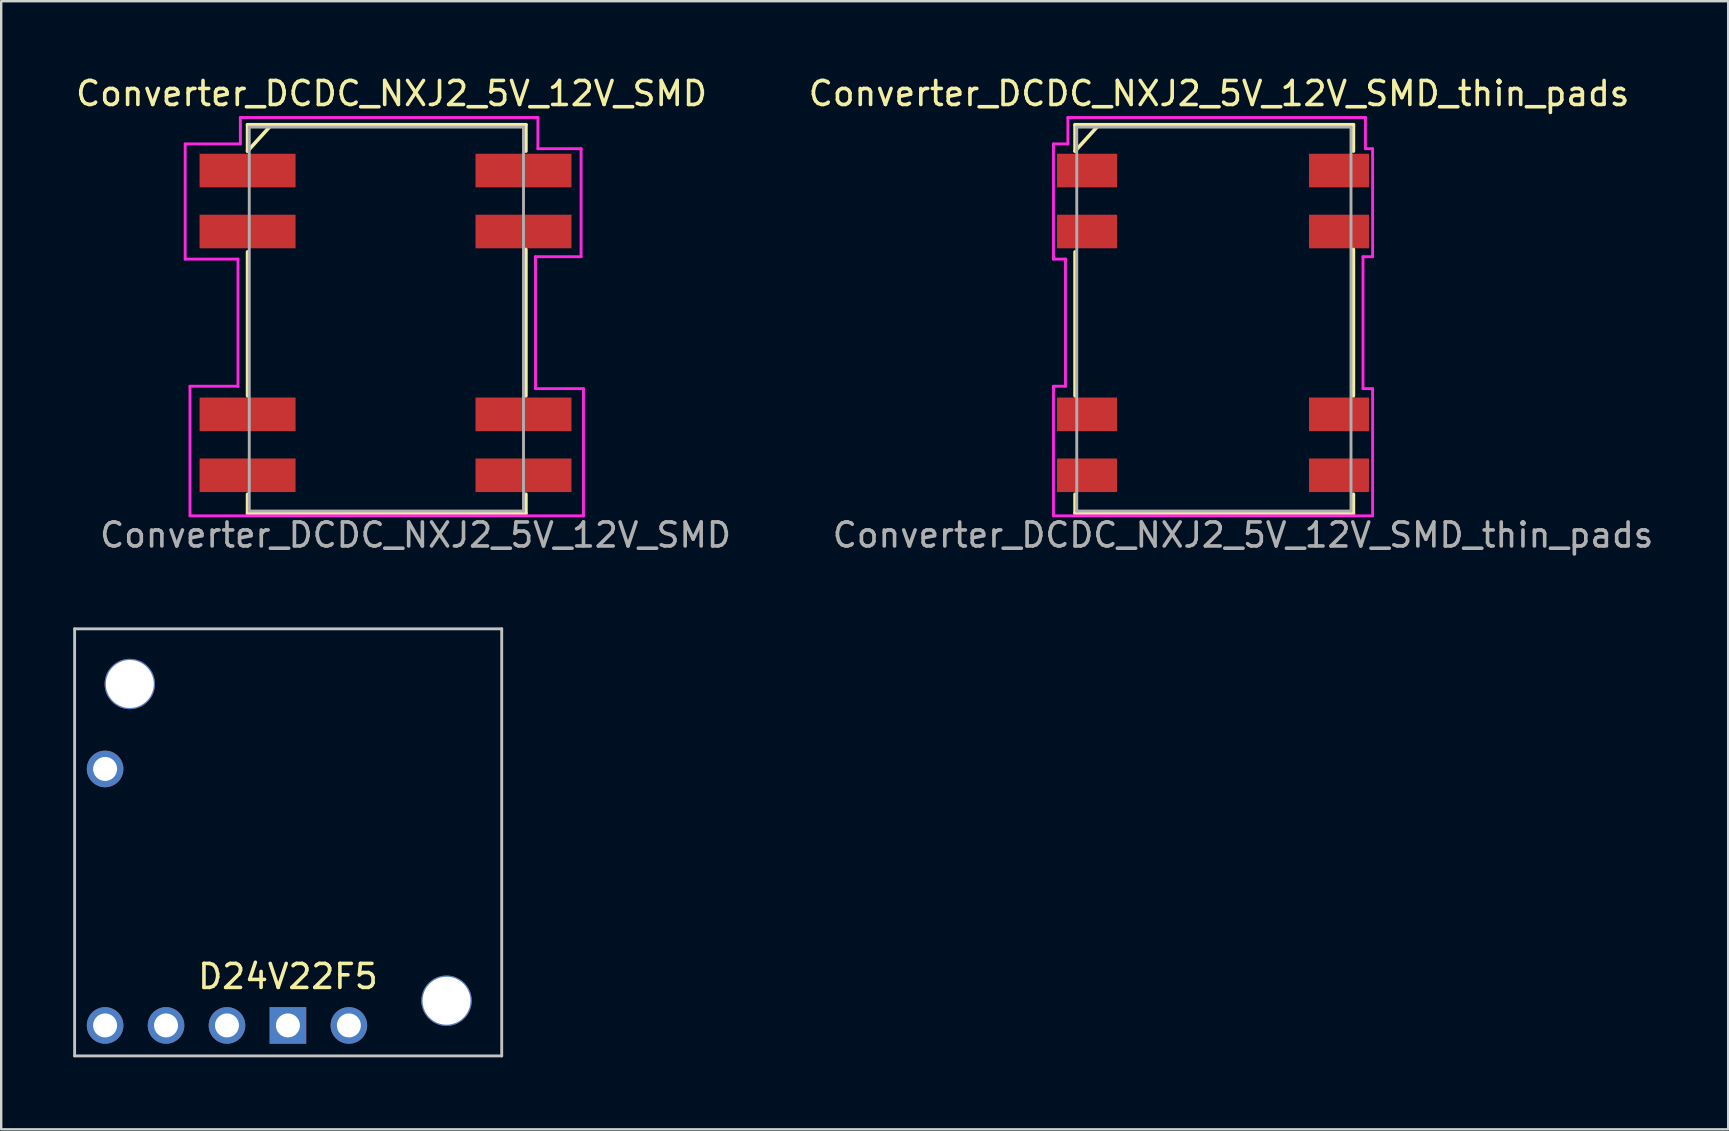
<source format=kicad_pcb>
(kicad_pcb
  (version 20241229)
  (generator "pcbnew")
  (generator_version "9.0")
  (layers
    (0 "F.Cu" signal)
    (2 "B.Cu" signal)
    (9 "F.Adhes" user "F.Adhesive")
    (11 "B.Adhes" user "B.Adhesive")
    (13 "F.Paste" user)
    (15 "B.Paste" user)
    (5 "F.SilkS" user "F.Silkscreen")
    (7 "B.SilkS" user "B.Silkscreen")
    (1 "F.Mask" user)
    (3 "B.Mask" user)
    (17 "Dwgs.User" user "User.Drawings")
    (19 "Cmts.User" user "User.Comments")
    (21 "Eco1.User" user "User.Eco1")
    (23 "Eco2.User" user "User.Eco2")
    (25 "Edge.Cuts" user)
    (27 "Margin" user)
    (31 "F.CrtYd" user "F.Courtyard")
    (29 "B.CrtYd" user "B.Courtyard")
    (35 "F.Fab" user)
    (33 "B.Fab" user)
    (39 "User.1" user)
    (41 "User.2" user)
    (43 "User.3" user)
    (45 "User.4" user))
  (footprint "Converter_DCDC_NXJ2_5V_12V_SMD"
    (layer "F.Cu")
    (at 13.268 10.448)
    (property "Reference" "Converter_DCDC_NXJ2_5V_12V_SMD" (at 0 -9.6 0) (layer "F.SilkS") (effects (font (size 1 1) (thickness 0.15))))
    (attr smd)
    (fp_line (start -6 -8.3) (end 5.6 -8.3) (stroke (width 0.15) (type solid)) (layer "F.SilkS"))
    (fp_line (start -6 -7.2) (end -6 -8.3) (stroke (width 0.15) (type solid)) (layer "F.SilkS"))
    (fp_line (start -6 -7.2) (end -5 -8.3) (stroke (width 0.15) (type solid)) (layer "F.SilkS"))
    (fp_line (start -6 3) (end -6 -3) (stroke (width 0.15) (type solid)) (layer "F.SilkS"))
    (fp_line (start -6 7.9) (end -6 7.1) (stroke (width 0.15) (type solid)) (layer "F.SilkS"))
    (fp_line (start 5.6 -8.3) (end 5.6 -7.2) (stroke (width 0.15) (type solid)) (layer "F.SilkS"))
    (fp_line (start 5.6 -3.1) (end 5.6 3) (stroke (width 0.15) (type solid)) (layer "F.SilkS"))
    (fp_line (start 5.6 7.1) (end 5.6 7.9) (stroke (width 0.15) (type solid)) (layer "F.SilkS"))
    (fp_line (start 5.6 7.9) (end -6 7.9) (stroke (width 0.15) (type solid)) (layer "F.SilkS"))
    (fp_line (start -8.6 -7.5) (end -6.3 -7.5) (stroke (width 0.12) (type solid)) (layer "F.CrtYd"))
    (fp_line (start -8.6 -2.7) (end -8.6 -7.5) (stroke (width 0.12) (type solid)) (layer "F.CrtYd"))
    (fp_line (start -8.4 2.6) (end -6.4 2.6) (stroke (width 0.12) (type solid)) (layer "F.CrtYd"))
    (fp_line (start -8.4 8) (end -8.4 2.6) (stroke (width 0.12) (type solid)) (layer "F.CrtYd"))
    (fp_line (start -6.4 -2.7) (end -8.6 -2.7) (stroke (width 0.12) (type solid)) (layer "F.CrtYd"))
    (fp_line (start -6.4 2.6) (end -6.4 -2.7) (stroke (width 0.12) (type solid)) (layer "F.CrtYd"))
    (fp_line (start -6.3 -8.6) (end 6.1 -8.6) (stroke (width 0.12) (type solid)) (layer "F.CrtYd"))
    (fp_line (start -6.3 -7.5) (end -6.3 -8.6) (stroke (width 0.12) (type solid)) (layer "F.CrtYd"))
    (fp_line (start 6 -2.8) (end 6 2.7) (stroke (width 0.12) (type solid)) (layer "F.CrtYd"))
    (fp_line (start 6 2.7) (end 8 2.7) (stroke (width 0.12) (type solid)) (layer "F.CrtYd"))
    (fp_line (start 6.1 -8.6) (end 6.1 -7.3) (stroke (width 0.12) (type solid)) (layer "F.CrtYd"))
    (fp_line (start 6.1 -7.3) (end 7.9 -7.3) (stroke (width 0.12) (type solid)) (layer "F.CrtYd"))
    (fp_line (start 7.9 -7.3) (end 7.9 -2.8) (stroke (width 0.12) (type solid)) (layer "F.CrtYd"))
    (fp_line (start 7.9 -2.8) (end 6 -2.8) (stroke (width 0.12) (type solid)) (layer "F.CrtYd"))
    (fp_line (start 8 2.7) (end 8 8) (stroke (width 0.12) (type solid)) (layer "F.CrtYd"))
    (fp_line (start 8 8) (end -8.4 8) (stroke (width 0.12) (type solid)) (layer "F.CrtYd"))
    (fp_line (start -5.93 -8.2) (end -5.93 7.8) (stroke (width 0.12) (type solid)) (layer "F.Fab"))
    (fp_line (start -5.93 -8.2) (end 5.5 -8.2) (stroke (width 0.12) (type solid)) (layer "F.Fab"))
    (fp_line (start 5.5 -8.2) (end 5.5 7.8) (stroke (width 0.12) (type solid)) (layer "F.Fab"))
    (fp_line (start 5.5 7.8) (end -5.93 7.8) (stroke (width 0.12) (type solid)) (layer "F.Fab"))
    (fp_text user "${REFERENCE}" (at 1 8.8 0) (layer "F.Fab") (effects (font (size 1 1) (thickness 0.15))))
    (pad "1" smd rect (at -6 -6.39) (size 4 1.4) (layers "F.Cu" "F.Mask" "F.Paste"))
    (pad "2" smd rect (at -6 -3.85) (size 4 1.4) (layers "F.Cu" "F.Mask" "F.Paste"))
    (pad "5" smd rect (at -6 3.77) (size 4 1.4) (layers "F.Cu" "F.Mask" "F.Paste"))
    (pad "6" smd rect (at -6 6.31) (size 4 1.4) (layers "F.Cu" "F.Mask" "F.Paste"))
    (pad "7" smd rect (at 5.5 6.31) (size 4 1.4) (layers "F.Cu" "F.Mask" "F.Paste"))
    (pad "8" smd rect (at 5.5 3.77) (size 4 1.4) (layers "F.Cu" "F.Mask" "F.Paste"))
    (pad "11" smd rect (at 5.5 -3.85) (size 4 1.4) (layers "F.Cu" "F.Mask" "F.Paste"))
    (pad "12" smd rect (at 5.5 -6.39) (size 4 1.4) (layers "F.Cu" "F.Mask" "F.Paste")))
  (footprint "Converter_DCDC_NXJ2_5V_12V_SMD_thin_pads"
    (layer "F.Cu")
    (at 47.756 10.448)
    (property "Reference" "Converter_DCDC_NXJ2_5V_12V_SMD_thin_pads" (at 0 -9.6 0) (layer "F.SilkS") (effects (font (size 1 1) (thickness 0.15))))
    (attr smd)
    (fp_line (start -6 -8.3) (end 5.6 -8.3) (stroke (width 0.15) (type solid)) (layer "F.SilkS"))
    (fp_line (start -6 -7.2) (end -6 -8.3) (stroke (width 0.15) (type solid)) (layer "F.SilkS"))
    (fp_line (start -6 -7.2) (end -5 -8.3) (stroke (width 0.15) (type solid)) (layer "F.SilkS"))
    (fp_line (start -6 3) (end -6 -3) (stroke (width 0.15) (type solid)) (layer "F.SilkS"))
    (fp_line (start -6 7.9) (end -6 7.1) (stroke (width 0.15) (type solid)) (layer "F.SilkS"))
    (fp_line (start 5.6 -8.3) (end 5.6 -7.2) (stroke (width 0.15) (type solid)) (layer "F.SilkS"))
    (fp_line (start 5.6 -3.1) (end 5.6 3) (stroke (width 0.15) (type solid)) (layer "F.SilkS"))
    (fp_line (start 5.6 7.1) (end 5.6 7.9) (stroke (width 0.15) (type solid)) (layer "F.SilkS"))
    (fp_line (start 5.6 7.9) (end -6 7.9) (stroke (width 0.15) (type solid)) (layer "F.SilkS"))
    (fp_line (start -6.9 -7.5) (end -6.3 -7.5) (stroke (width 0.12) (type solid)) (layer "F.CrtYd"))
    (fp_line (start -6.9 -2.7) (end -6.9 -7.5) (stroke (width 0.12) (type solid)) (layer "F.CrtYd"))
    (fp_line (start -6.9 2.6) (end -6.4 2.6) (stroke (width 0.12) (type solid)) (layer "F.CrtYd"))
    (fp_line (start -6.9 8) (end -6.9 2.6) (stroke (width 0.12) (type solid)) (layer "F.CrtYd"))
    (fp_line (start -6.4 -2.7) (end -6.9 -2.7) (stroke (width 0.12) (type solid)) (layer "F.CrtYd"))
    (fp_line (start -6.4 2.6) (end -6.4 -2.7) (stroke (width 0.12) (type solid)) (layer "F.CrtYd"))
    (fp_line (start -6.3 -8.6) (end 6.1 -8.6) (stroke (width 0.12) (type solid)) (layer "F.CrtYd"))
    (fp_line (start -6.3 -7.5) (end -6.3 -8.6) (stroke (width 0.12) (type solid)) (layer "F.CrtYd"))
    (fp_line (start 6 -2.8) (end 6 2.7) (stroke (width 0.12) (type solid)) (layer "F.CrtYd"))
    (fp_line (start 6 2.7) (end 6.4 2.7) (stroke (width 0.12) (type solid)) (layer "F.CrtYd"))
    (fp_line (start 6.1 -8.6) (end 6.1 -7.3) (stroke (width 0.12) (type solid)) (layer "F.CrtYd"))
    (fp_line (start 6.1 -7.3) (end 6.4 -7.3) (stroke (width 0.12) (type solid)) (layer "F.CrtYd"))
    (fp_line (start 6.4 -7.3) (end 6.4 -2.8) (stroke (width 0.12) (type solid)) (layer "F.CrtYd"))
    (fp_line (start 6.4 -2.8) (end 6 -2.8) (stroke (width 0.12) (type solid)) (layer "F.CrtYd"))
    (fp_line (start 6.4 2.7) (end 6.4 8) (stroke (width 0.12) (type solid)) (layer "F.CrtYd"))
    (fp_line (start 6.4 8) (end -6.9 8) (stroke (width 0.12) (type solid)) (layer "F.CrtYd"))
    (fp_line (start -5.93 -8.2) (end -5.93 7.8) (stroke (width 0.12) (type solid)) (layer "F.Fab"))
    (fp_line (start -5.93 -8.2) (end 5.5 -8.2) (stroke (width 0.12) (type solid)) (layer "F.Fab"))
    (fp_line (start 5.5 -8.2) (end 5.5 7.8) (stroke (width 0.12) (type solid)) (layer "F.Fab"))
    (fp_line (start 5.5 7.8) (end -5.93 7.8) (stroke (width 0.12) (type solid)) (layer "F.Fab"))
    (fp_text user "${REFERENCE}" (at 1 8.8 0) (layer "F.Fab") (effects (font (size 1 1) (thickness 0.15))))
    (pad "1" smd rect (at -5.5 -6.39) (size 2.5 1.4) (layers "F.Cu" "F.Mask" "F.Paste"))
    (pad "2" smd rect (at -5.5 -3.85) (size 2.5 1.4) (layers "F.Cu" "F.Mask" "F.Paste"))
    (pad "5" smd rect (at -5.5 3.77) (size 2.5 1.4) (layers "F.Cu" "F.Mask" "F.Paste"))
    (pad "6" smd rect (at -5.5 6.31) (size 2.5 1.4) (layers "F.Cu" "F.Mask" "F.Paste"))
    (pad "7" smd rect (at 5 6.31) (size 2.5 1.4) (layers "F.Cu" "F.Mask" "F.Paste"))
    (pad "8" smd rect (at 5 3.77) (size 2.5 1.4) (layers "F.Cu" "F.Mask" "F.Paste"))
    (pad "11" smd rect (at 5 -3.85) (size 2.5 1.4) (layers "F.Cu" "F.Mask" "F.Paste"))
    (pad "12" smd rect (at 5 -6.39) (size 2.5 1.4) (layers "F.Cu" "F.Mask" "F.Paste")))
  (footprint "D24V22F5"
    (layer "F.Cu")
    (at 8.95 37.147)
    (property "Reference" "D24V22F5" (at 0 0.5 0) (layer "F.SilkS") (effects (font (size 1 1) (thickness 0.15))))
    (attr through_hole)
    (fp_line (start -8.89 3.81) (end -8.89 -13.99) (stroke (width 0.12) (type solid)) (layer "Dwgs.User"))
    (fp_line (start -8.89 3.81) (end 8.91 3.81) (stroke (width 0.12) (type solid)) (layer "Dwgs.User"))
    (fp_line (start 8.91 -13.99) (end -8.89 -13.99) (stroke (width 0.12) (type solid)) (layer "Dwgs.User"))
    (fp_line (start 8.91 3.81) (end 8.91 -13.99) (stroke (width 0.12) (type solid)) (layer "Dwgs.User"))
    (pad "" thru_hole circle (at -6.59 -11.69) (size 2.1 2.1) (drill 2) (layers "*.Cu" "*.Mask"))
    (pad "" thru_hole circle (at 6.61 1.51) (size 2.1 2.1) (drill 2) (layers "*.Cu" "*.Mask"))
    (pad "1" thru_hole circle (at 2.54 2.54) (size 1.524 1.524) (drill 1) (layers "*.Cu" "*.Mask"))
    (pad "2" thru_hole rect (at 0 2.54) (size 1.524 1.524) (drill 1) (layers "*.Cu" "*.Mask"))
    (pad "3" thru_hole circle (at -2.54 2.54) (size 1.524 1.524) (drill 1) (layers "*.Cu" "*.Mask"))
    (pad "4" thru_hole circle (at -5.08 2.54) (size 1.524 1.524) (drill 1) (layers "*.Cu" "*.Mask"))
    (pad "5" thru_hole circle (at -7.62 2.54) (size 1.524 1.524) (drill 1) (layers "*.Cu" "*.Mask"))
    (pad "6" thru_hole circle (at -7.62 -8.15) (size 1.524 1.524) (drill 1) (layers "*.Cu" "*.Mask")))
  (gr_rect
    (start -3 -3)
    (end 68.976 44.017)
    (stroke (width 0.1) (type default))
    (fill no)
    (layer "Edge.Cuts")))
</source>
